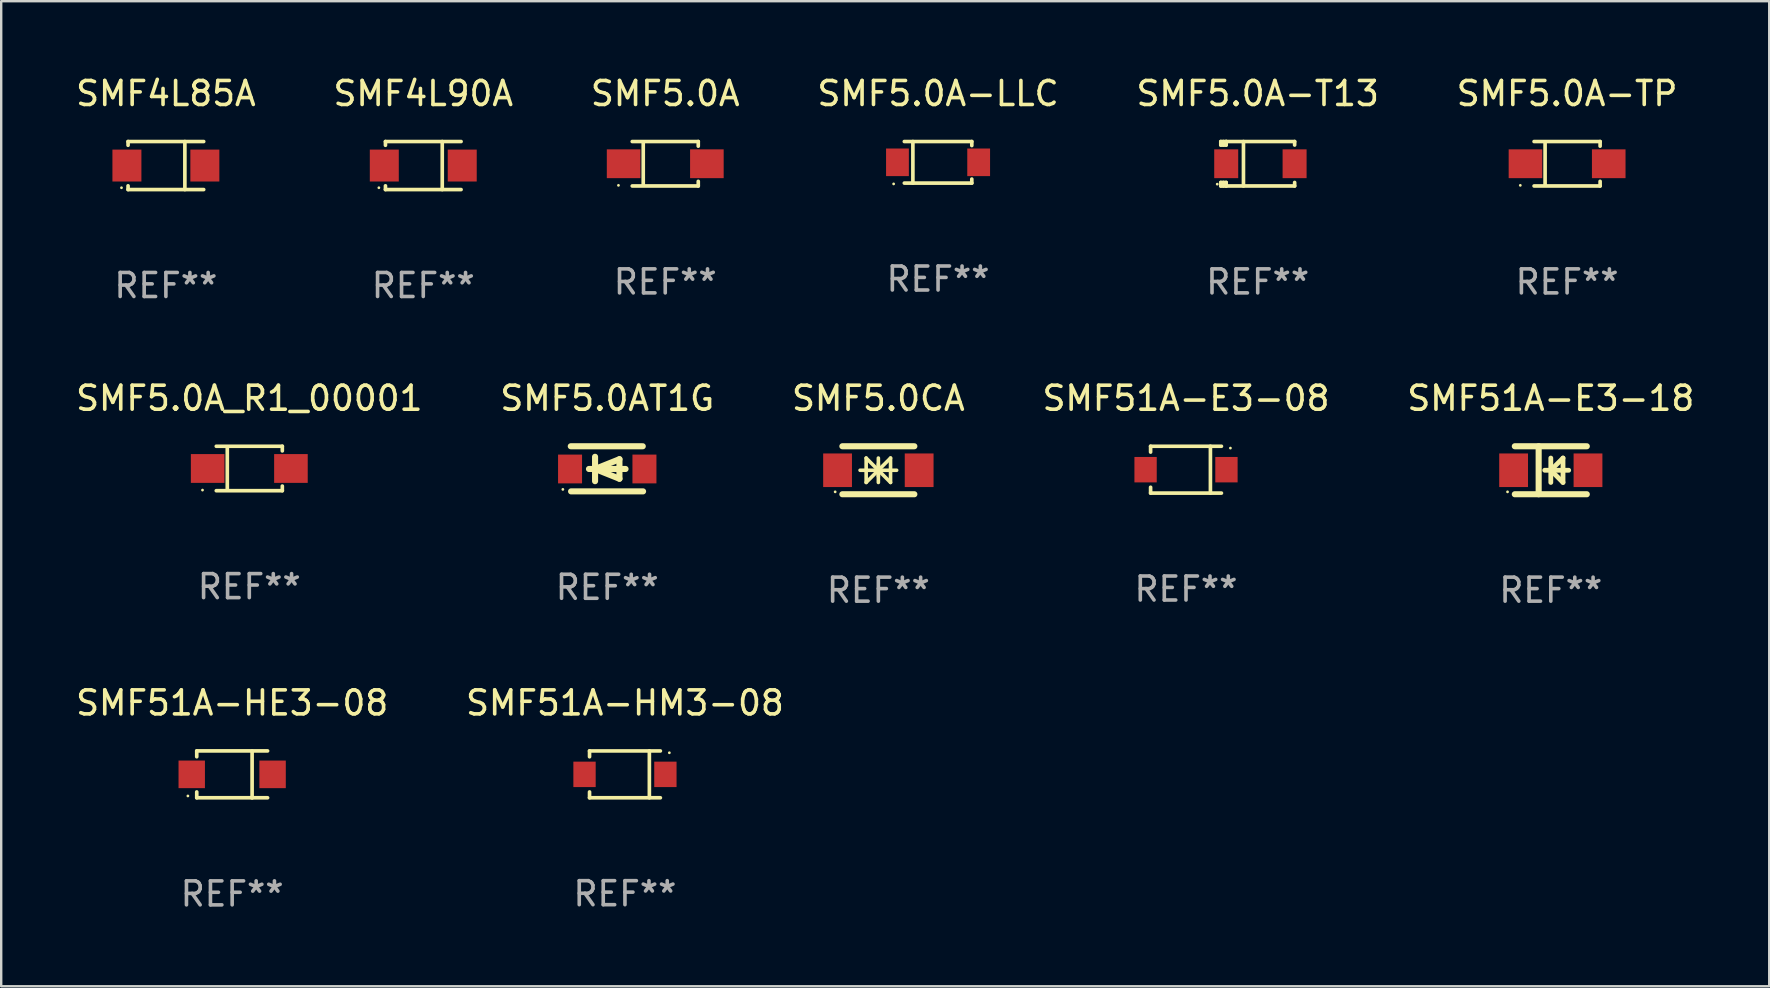
<source format=kicad_pcb>
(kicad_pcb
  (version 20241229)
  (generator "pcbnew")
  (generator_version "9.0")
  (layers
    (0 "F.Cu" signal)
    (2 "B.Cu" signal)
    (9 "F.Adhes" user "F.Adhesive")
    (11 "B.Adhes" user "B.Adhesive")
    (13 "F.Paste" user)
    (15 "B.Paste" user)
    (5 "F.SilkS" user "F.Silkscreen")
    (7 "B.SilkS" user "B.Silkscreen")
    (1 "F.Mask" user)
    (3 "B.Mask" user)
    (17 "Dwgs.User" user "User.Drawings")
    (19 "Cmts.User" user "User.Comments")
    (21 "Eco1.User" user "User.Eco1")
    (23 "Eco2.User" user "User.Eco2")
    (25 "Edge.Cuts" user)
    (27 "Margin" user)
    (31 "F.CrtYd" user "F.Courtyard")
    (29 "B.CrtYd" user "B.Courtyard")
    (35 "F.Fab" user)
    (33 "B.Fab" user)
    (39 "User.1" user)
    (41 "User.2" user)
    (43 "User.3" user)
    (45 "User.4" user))
  (footprint "SMF4L85A"
    (layer "F.Cu")
    (at 3.863 3.849)
    (property "Reference" "SMF4L85A" (at 0 -3.001 0) (layer "F.SilkS") (effects (font (size 1 1) (thickness 0.15))))
    (attr through_hole)
    (fp_line (start -1.576 -1.001) (end -1.576 -0.845) (stroke (width 0.152) (type solid)) (layer "F.SilkS"))
    (fp_line (start -1.576 -1.001) (end 1.576 -1.001) (stroke (width 0.152) (type solid)) (layer "F.SilkS"))
    (fp_line (start -1.576 0.845) (end -1.576 1.001) (stroke (width 0.152) (type solid)) (layer "F.SilkS"))
    (fp_line (start -1.576 1.001) (end 1.576 1.001) (stroke (width 0.152) (type solid)) (layer "F.SilkS"))
    (fp_line (start 0.791 -1.001) (end 0.791 1.001) (stroke (width 0.152) (type solid)) (layer "F.SilkS"))
    (fp_circle (center -1.85 0.925) (end -1.82 0.925) (stroke (width 0.06) (type solid)) (fill no) (layer "F.SilkS"))
    (fp_text user "REF**" (at 0 5.001 0) (layer "F.Fab") (effects (font (size 1 1) (thickness 0.15))))
    (pad "1" smd rect (at -1.624 0) (size 1.208 1.33) (layers "F.Cu" "F.Mask" "F.Paste"))
    (pad "2" smd rect (at 1.624 0) (size 1.208 1.33) (layers "F.Cu" "F.Mask" "F.Paste")))
  (footprint "SMF5.0CA"
    (layer "F.Cu")
    (at 33.554 16.547)
    (property "Reference" "SMF5.0CA" (at 0 -3 0) (layer "F.SilkS") (effects (font (size 1 1) (thickness 0.15))))
    (attr through_hole)
    (fp_line (start -1.5 -1) (end 1.5 -1) (stroke (width 0.254) (type solid)) (layer "F.SilkS"))
    (fp_line (start -1.5 1) (end 1.5 1) (stroke (width 0.254) (type solid)) (layer "F.SilkS"))
    (fp_line (start -0.762 0) (end 0.762 0) (stroke (width 0.15) (type solid)) (layer "F.SilkS"))
    (fp_line (start -0.508 -0.508) (end -0.508 0.508) (stroke (width 0.15) (type solid)) (layer "F.SilkS"))
    (fp_line (start 0 -0.508) (end 0 0.508) (stroke (width 0.15) (type solid)) (layer "F.SilkS"))
    (fp_line (start 0 0) (end -0.508 -0.508) (stroke (width 0.15) (type solid)) (layer "F.SilkS"))
    (fp_line (start 0 0) (end -0.508 0.508) (stroke (width 0.15) (type solid)) (layer "F.SilkS"))
    (fp_line (start 0 0) (end 0.508 -0.508) (stroke (width 0.15) (type solid)) (layer "F.SilkS"))
    (fp_line (start 0 0) (end 0.508 0.508) (stroke (width 0.15) (type solid)) (layer "F.SilkS"))
    (fp_line (start 0 0.254) (end 0 -0.254) (stroke (width 0.15) (type solid)) (layer "F.SilkS"))
    (fp_line (start 0.508 0.508) (end 0.508 -0.508) (stroke (width 0.15) (type solid)) (layer "F.SilkS"))
    (fp_circle (center -1.8 0.9) (end -1.77 0.9) (stroke (width 0.06) (type solid)) (fill no) (layer "F.SilkS"))
    (fp_text user "REF**" (at 0 5 0) (layer "F.Fab") (effects (font (size 1 1) (thickness 0.15))))
    (pad "1" smd rect (at -1.7 0) (size 1.2 1.4) (layers "F.Cu" "F.Mask" "F.Paste"))
    (pad "2" smd rect (at 1.7 0) (size 1.2 1.4) (layers "F.Cu" "F.Mask" "F.Paste")))
  (footprint "SMF51A-E3-08"
    (layer "F.Cu")
    (at 46.375 16.523)
    (property "Reference" "SMF51A-E3-08" (at 0 -2.976 0) (layer "F.SilkS") (effects (font (size 1 1) (thickness 0.15))))
    (attr through_hole)
    (fp_line (start -1.476 -0.976) (end -1.476 -0.733) (stroke (width 0.152) (type solid)) (layer "F.SilkS"))
    (fp_line (start -1.476 0.976) (end -1.476 0.733) (stroke (width 0.152) (type solid)) (layer "F.SilkS"))
    (fp_line (start 1.017 0.976) (end 1.017 -0.976) (stroke (width 0.152) (type solid)) (layer "F.SilkS"))
    (fp_line (start 1.476 -0.976) (end -1.476 -0.976) (stroke (width 0.152) (type solid)) (layer "F.SilkS"))
    (fp_line (start 1.476 0.976) (end -1.476 0.976) (stroke (width 0.152) (type solid)) (layer "F.SilkS"))
    (fp_circle (center 1.85 -0.9) (end 1.88 -0.9) (stroke (width 0.06) (type solid)) (fill no) (layer "F.SilkS"))
    (fp_text user "REF**" (at 0 4.976 0) (layer "F.Fab") (effects (font (size 1 1) (thickness 0.15))))
    (pad "1" smd rect (at 1.685 0 180) (size 0.93 1.06) (layers "F.Cu" "F.Mask" "F.Paste"))
    (pad "2" smd rect (at -1.685 0 180) (size 0.93 1.06) (layers "F.Cu" "F.Mask" "F.Paste")))
  (footprint "SMF51A-HE3-08"
    (layer "F.Cu")
    (at 6.625 29.223)
    (property "Reference" "SMF51A-HE3-08" (at 0 -2.98 0) (layer "F.SilkS") (effects (font (size 1 1) (thickness 0.15))))
    (attr through_hole)
    (fp_line (start -1.476 -0.98) (end -1.476 -0.737) (stroke (width 0.152) (type solid)) (layer "F.SilkS"))
    (fp_line (start -1.476 0.973) (end -1.476 0.73) (stroke (width 0.152) (type solid)) (layer "F.SilkS"))
    (fp_line (start 0.831 0.98) (end 0.831 -0.973) (stroke (width 0.152) (type solid)) (layer "F.SilkS"))
    (fp_line (start 1.476 -0.98) (end -1.476 -0.98) (stroke (width 0.152) (type solid)) (layer "F.SilkS"))
    (fp_line (start 1.476 0.973) (end -1.476 0.973) (stroke (width 0.152) (type solid)) (layer "F.SilkS"))
    (fp_circle (center -1.845 0.897) (end -1.815 0.897) (stroke (width 0.06) (type solid)) (fill no) (layer "F.SilkS"))
    (fp_text user "REF**" (at 0 4.98 0) (layer "F.Fab") (effects (font (size 1 1) (thickness 0.15))))
    (pad "1" smd rect (at -1.685 -0.003) (size 1.1 1.15) (layers "F.Cu" "F.Mask" "F.Paste"))
    (pad "2" smd rect (at 1.685 -0.003) (size 1.1 1.15) (layers "F.Cu" "F.Mask" "F.Paste")))
  (footprint "SMF5.0A-TP"
    (layer "F.Cu")
    (at 62.256 3.774)
    (property "Reference" "SMF5.0A-TP" (at 0 -2.926 0) (layer "F.SilkS") (effects (font (size 1 1) (thickness 0.15))))
    (attr through_hole)
    (fp_line (start -1.376 -0.926) (end 1.376 -0.926) (stroke (width 0.152) (type solid)) (layer "F.SilkS"))
    (fp_line (start -1.376 0.926) (end 1.376 0.926) (stroke (width 0.152) (type solid)) (layer "F.SilkS"))
    (fp_line (start -0.917 -0.876) (end -0.917 0.876) (stroke (width 0.152) (type solid)) (layer "F.SilkS"))
    (fp_line (start 1.376 -0.926) (end 1.376 -0.733) (stroke (width 0.152) (type solid)) (layer "F.SilkS"))
    (fp_line (start 1.376 0.926) (end 1.376 0.733) (stroke (width 0.152) (type solid)) (layer "F.SilkS"))
    (fp_circle (center -1.95 0.9) (end -1.92 0.9) (stroke (width 0.06) (type solid)) (fill no) (layer "F.SilkS"))
    (fp_text user "REF**" (at 0 4.926 0) (layer "F.Fab") (effects (font (size 1 1) (thickness 0.15))))
    (pad "1" smd rect (at -1.735 0) (size 1.4 1.2) (layers "F.Cu" "F.Mask" "F.Paste"))
    (pad "2" smd rect (at 1.735 0) (size 1.4 1.2) (layers "F.Cu" "F.Mask" "F.Paste")))
  (footprint "SMF5.0A_R1_00001"
    (layer "F.Cu")
    (at 7.339 16.473)
    (property "Reference" "SMF5.0A_R1_00001" (at 0 -2.926 0) (layer "F.SilkS") (effects (font (size 1 1) (thickness 0.15))))
    (attr through_hole)
    (fp_line (start -1.376 -0.926) (end 1.376 -0.926) (stroke (width 0.152) (type solid)) (layer "F.SilkS"))
    (fp_line (start -1.376 0.926) (end 1.376 0.926) (stroke (width 0.152) (type solid)) (layer "F.SilkS"))
    (fp_line (start -0.917 -0.876) (end -0.917 0.876) (stroke (width 0.152) (type solid)) (layer "F.SilkS"))
    (fp_line (start 1.376 -0.926) (end 1.376 -0.733) (stroke (width 0.152) (type solid)) (layer "F.SilkS"))
    (fp_line (start 1.376 0.926) (end 1.376 0.733) (stroke (width 0.152) (type solid)) (layer "F.SilkS"))
    (fp_circle (center -1.95 0.9) (end -1.92 0.9) (stroke (width 0.06) (type solid)) (fill no) (layer "F.SilkS"))
    (fp_text user "REF**" (at 0 4.926 0) (layer "F.Fab") (effects (font (size 1 1) (thickness 0.15))))
    (pad "1" smd rect (at -1.735 0) (size 1.4 1.2) (layers "F.Cu" "F.Mask" "F.Paste"))
    (pad "2" smd rect (at 1.735 0) (size 1.4 1.2) (layers "F.Cu" "F.Mask" "F.Paste")))
  (footprint "SMF51A-HM3-08"
    (layer "F.Cu")
    (at 22.994 29.22)
    (property "Reference" "SMF51A-HM3-08" (at 0 -2.976 0) (layer "F.SilkS") (effects (font (size 1 1) (thickness 0.15))))
    (attr through_hole)
    (fp_line (start -1.476 -0.976) (end -1.476 -0.733) (stroke (width 0.152) (type solid)) (layer "F.SilkS"))
    (fp_line (start -1.476 0.976) (end -1.476 0.733) (stroke (width 0.152) (type solid)) (layer "F.SilkS"))
    (fp_line (start 1.017 0.976) (end 1.017 -0.976) (stroke (width 0.152) (type solid)) (layer "F.SilkS"))
    (fp_line (start 1.476 -0.976) (end -1.476 -0.976) (stroke (width 0.152) (type solid)) (layer "F.SilkS"))
    (fp_line (start 1.476 0.976) (end -1.476 0.976) (stroke (width 0.152) (type solid)) (layer "F.SilkS"))
    (fp_circle (center 1.85 -0.9) (end 1.88 -0.9) (stroke (width 0.06) (type solid)) (fill no) (layer "F.SilkS"))
    (fp_text user "REF**" (at 0 4.976 0) (layer "F.Fab") (effects (font (size 1 1) (thickness 0.15))))
    (pad "1" smd rect (at 1.685 0 180) (size 0.93 1.06) (layers "F.Cu" "F.Mask" "F.Paste"))
    (pad "2" smd rect (at -1.685 0 180) (size 0.93 1.06) (layers "F.Cu" "F.Mask" "F.Paste")))
  (footprint "SMF4L90A"
    (layer "F.Cu")
    (at 14.589 3.849)
    (property "Reference" "SMF4L90A" (at 0 -3.001 0) (layer "F.SilkS") (effects (font (size 1 1) (thickness 0.15))))
    (attr through_hole)
    (fp_line (start -1.576 -1.001) (end -1.576 -0.845) (stroke (width 0.152) (type solid)) (layer "F.SilkS"))
    (fp_line (start -1.576 -1.001) (end 1.576 -1.001) (stroke (width 0.152) (type solid)) (layer "F.SilkS"))
    (fp_line (start -1.576 0.845) (end -1.576 1.001) (stroke (width 0.152) (type solid)) (layer "F.SilkS"))
    (fp_line (start -1.576 1.001) (end 1.576 1.001) (stroke (width 0.152) (type solid)) (layer "F.SilkS"))
    (fp_line (start 0.791 -1.001) (end 0.791 1.001) (stroke (width 0.152) (type solid)) (layer "F.SilkS"))
    (fp_circle (center -1.85 0.925) (end -1.82 0.925) (stroke (width 0.06) (type solid)) (fill no) (layer "F.SilkS"))
    (fp_text user "REF**" (at 0 5.001 0) (layer "F.Fab") (effects (font (size 1 1) (thickness 0.15))))
    (pad "1" smd rect (at -1.624 0) (size 1.208 1.33) (layers "F.Cu" "F.Mask" "F.Paste"))
    (pad "2" smd rect (at 1.624 0) (size 1.208 1.33) (layers "F.Cu" "F.Mask" "F.Paste")))
  (footprint "SMF5.0A-LLC"
    (layer "F.Cu")
    (at 36.042 3.714)
    (property "Reference" "SMF5.0A-LLC" (at 0 -2.866 0) (layer "F.SilkS") (effects (font (size 1 1) (thickness 0.15))))
    (attr through_hole)
    (fp_line (start -1.406 -0.866) (end 1.406 -0.866) (stroke (width 0.152) (type solid)) (layer "F.SilkS"))
    (fp_line (start -1.406 0.866) (end 1.406 0.866) (stroke (width 0.152) (type solid)) (layer "F.SilkS"))
    (fp_line (start -1.049 -0.866) (end -1.049 0.866) (stroke (width 0.152) (type solid)) (layer "F.SilkS"))
    (fp_line (start 1.406 -0.866) (end 1.406 -0.698) (stroke (width 0.152) (type solid)) (layer "F.SilkS"))
    (fp_line (start 1.406 0.866) (end 1.406 0.698) (stroke (width 0.152) (type solid)) (layer "F.SilkS"))
    (fp_circle (center -1.851 0.9) (end -1.821 0.9) (stroke (width 0.06) (type solid)) (fill no) (layer "F.SilkS"))
    (fp_text user "REF**" (at 0 4.866 0) (layer "F.Fab") (effects (font (size 1 1) (thickness 0.15))))
    (pad "1" smd rect (at -1.692 0) (size 0.95 1.15) (layers "F.Cu" "F.Mask" "F.Paste"))
    (pad "2" smd rect (at 1.692 0) (size 0.95 1.15) (layers "F.Cu" "F.Mask" "F.Paste")))
  (footprint "SMF5.0A-T13"
    (layer "F.Cu")
    (at 49.363 3.774)
    (property "Reference" "SMF5.0A-T13" (at 0 -2.926 0) (layer "F.SilkS") (effects (font (size 1 1) (thickness 0.15))))
    (attr through_hole)
    (fp_line (start -1.539 -0.926) (end -1.539 -0.78) (stroke (width 0.152) (type solid)) (layer "F.SilkS"))
    (fp_line (start -1.539 0.926) (end -1.539 0.78) (stroke (width 0.152) (type solid)) (layer "F.SilkS"))
    (fp_line (start -1.429 -0.926) (end -1.429 -0.78) (stroke (width 0.152) (type solid)) (layer "F.SilkS"))
    (fp_line (start -1.429 0.78) (end -1.429 0.926) (stroke (width 0.152) (type solid)) (layer "F.SilkS"))
    (fp_line (start -1.314 -0.926) (end -1.539 -0.926) (stroke (width 0.152) (type solid)) (layer "F.SilkS"))
    (fp_line (start -1.314 -0.926) (end -1.314 -0.78) (stroke (width 0.152) (type solid)) (layer "F.SilkS"))
    (fp_line (start -1.314 -0.926) (end 1.539 -0.926) (stroke (width 0.152) (type solid)) (layer "F.SilkS"))
    (fp_line (start -1.314 -0.78) (end -1.539 -0.78) (stroke (width 0.152) (type solid)) (layer "F.SilkS"))
    (fp_line (start -1.314 0.78) (end -1.539 0.78) (stroke (width 0.152) (type solid)) (layer "F.SilkS"))
    (fp_line (start -1.314 0.78) (end -1.314 0.926) (stroke (width 0.152) (type solid)) (layer "F.SilkS"))
    (fp_line (start -1.314 0.926) (end -1.539 0.926) (stroke (width 0.152) (type solid)) (layer "F.SilkS"))
    (fp_line (start -1.314 0.926) (end 1.539 0.926) (stroke (width 0.152) (type solid)) (layer "F.SilkS"))
    (fp_line (start -0.594 -0.926) (end -0.594 0.926) (stroke (width 0.152) (type solid)) (layer "F.SilkS"))
    (fp_line (start 1.539 -0.926) (end 1.539 -0.78) (stroke (width 0.152) (type solid)) (layer "F.SilkS"))
    (fp_line (start 1.539 0.78) (end 1.539 0.926) (stroke (width 0.152) (type solid)) (layer "F.SilkS"))
    (fp_circle (center -1.687 0.85) (end -1.657 0.85) (stroke (width 0.06) (type solid)) (fill no) (layer "F.SilkS"))
    (fp_text user "REF**" (at 0 4.926 0) (layer "F.Fab") (effects (font (size 1 1) (thickness 0.15))))
    (pad "1" smd rect (at -1.313 -0.000013) (size 1 1.2) (layers "F.Cu" "F.Mask" "F.Paste"))
    (pad "2" smd rect (at 1.537 -0.000013) (size 1 1.2) (layers "F.Cu" "F.Mask" "F.Paste")))
  (footprint "SMF51A-E3-18"
    (layer "F.Cu")
    (at 61.577 16.547)
    (property "Reference" "SMF51A-E3-18" (at 0 -3 0) (layer "F.SilkS") (effects (font (size 1 1) (thickness 0.15))))
    (attr through_hole)
    (fp_line (start -1.5 -1) (end 1.5 -1) (stroke (width 0.254) (type solid)) (layer "F.SilkS"))
    (fp_line (start -1.5 1) (end 1.5 1) (stroke (width 0.254) (type solid)) (layer "F.SilkS"))
    (fp_line (start -0.506 -1) (end -0.506 1) (stroke (width 0.254) (type solid)) (layer "F.SilkS"))
    (fp_line (start -0.254 0) (end 0.746 0) (stroke (width 0.2) (type solid)) (layer "F.SilkS"))
    (fp_line (start 0.000102 -0.508) (end 0.000102 0.508) (stroke (width 0.2) (type solid)) (layer "F.SilkS"))
    (fp_line (start 0.000102 0) (end 0.508 -0.508) (stroke (width 0.2) (type solid)) (layer "F.SilkS"))
    (fp_line (start 0.508 -0.508) (end 0.508 0.508) (stroke (width 0.2) (type solid)) (layer "F.SilkS"))
    (fp_line (start 0.508 0.508) (end 0.000102 0) (stroke (width 0.2) (type solid)) (layer "F.SilkS"))
    (fp_circle (center -1.803 0.9) (end -1.773 0.9) (stroke (width 0.06) (type solid)) (fill no) (layer "F.SilkS"))
    (fp_text user "REF**" (at 0 5 0) (layer "F.Fab") (effects (font (size 1 1) (thickness 0.15))))
    (pad "1" smd rect (at -1.55 0) (size 1.2 1.4) (layers "F.Cu" "F.Mask" "F.Paste"))
    (pad "2" smd rect (at 1.55 0) (size 1.2 1.4) (layers "F.Cu" "F.Mask" "F.Paste")))
  (footprint "SMF5.0AT1G"
    (layer "F.Cu")
    (at 22.256 16.487)
    (property "Reference" "SMF5.0AT1G" (at 0 -2.94 0) (layer "F.SilkS") (effects (font (size 1 1) (thickness 0.15))))
    (attr through_hole)
    (fp_line (start -1.52 -0.94) (end 1.48 -0.94) (stroke (width 0.254) (type solid)) (layer "F.SilkS"))
    (fp_line (start -1.507 0.94) (end 1.493 0.94) (stroke (width 0.254) (type solid)) (layer "F.SilkS"))
    (fp_line (start -0.762 0.007) (end 0.762 0.007) (stroke (width 0.254) (type solid)) (layer "F.SilkS"))
    (fp_line (start -0.508 -0.501) (end -0.508 0.515) (stroke (width 0.254) (type solid)) (layer "F.SilkS"))
    (fp_line (start -0.508 0.007) (end 0.508 -0.4) (stroke (width 0.254) (type solid)) (layer "F.SilkS"))
    (fp_line (start 0.508 -0.4) (end 0.508 0.413) (stroke (width 0.254) (type solid)) (layer "F.SilkS"))
    (fp_line (start 0.508 0.413) (end -0.508 0.007) (stroke (width 0.254) (type solid)) (layer "F.SilkS"))
    (fp_circle (center -1.85 0.857) (end -1.82 0.857) (stroke (width 0.06) (type solid)) (fill no) (layer "F.SilkS"))
    (fp_text user "REF**" (at 0 4.94 0) (layer "F.Fab") (effects (font (size 1 1) (thickness 0.15))))
    (pad "1" smd rect (at -1.55 0.007) (size 1 1.2) (layers "F.Cu" "F.Mask" "F.Paste"))
    (pad "2" smd rect (at 1.55 0.007) (size 1 1.2) (layers "F.Cu" "F.Mask" "F.Paste")))
  (footprint "SMF5.0A"
    (layer "F.Cu")
    (at 24.673 3.774)
    (property "Reference" "SMF5.0A" (at 0 -2.926 0) (layer "F.SilkS") (effects (font (size 1 1) (thickness 0.15))))
    (attr through_hole)
    (fp_line (start -1.376 -0.926) (end 1.376 -0.926) (stroke (width 0.152) (type solid)) (layer "F.SilkS"))
    (fp_line (start -1.376 0.926) (end 1.376 0.926) (stroke (width 0.152) (type solid)) (layer "F.SilkS"))
    (fp_line (start -0.917 -0.876) (end -0.917 0.876) (stroke (width 0.152) (type solid)) (layer "F.SilkS"))
    (fp_line (start 1.376 -0.926) (end 1.376 -0.733) (stroke (width 0.152) (type solid)) (layer "F.SilkS"))
    (fp_line (start 1.376 0.926) (end 1.376 0.733) (stroke (width 0.152) (type solid)) (layer "F.SilkS"))
    (fp_circle (center -1.95 0.9) (end -1.92 0.9) (stroke (width 0.06) (type solid)) (fill no) (layer "F.SilkS"))
    (fp_text user "REF**" (at 0 4.926 0) (layer "F.Fab") (effects (font (size 1 1) (thickness 0.15))))
    (pad "1" smd rect (at -1.735 0) (size 1.4 1.2) (layers "F.Cu" "F.Mask" "F.Paste"))
    (pad "2" smd rect (at 1.735 0) (size 1.4 1.2) (layers "F.Cu" "F.Mask" "F.Paste")))
  (gr_rect
    (start -3 -3)
    (end 70.679 38.051)
    (stroke (width 0.1) (type default))
    (fill no)
    (layer "Edge.Cuts")))
</source>
